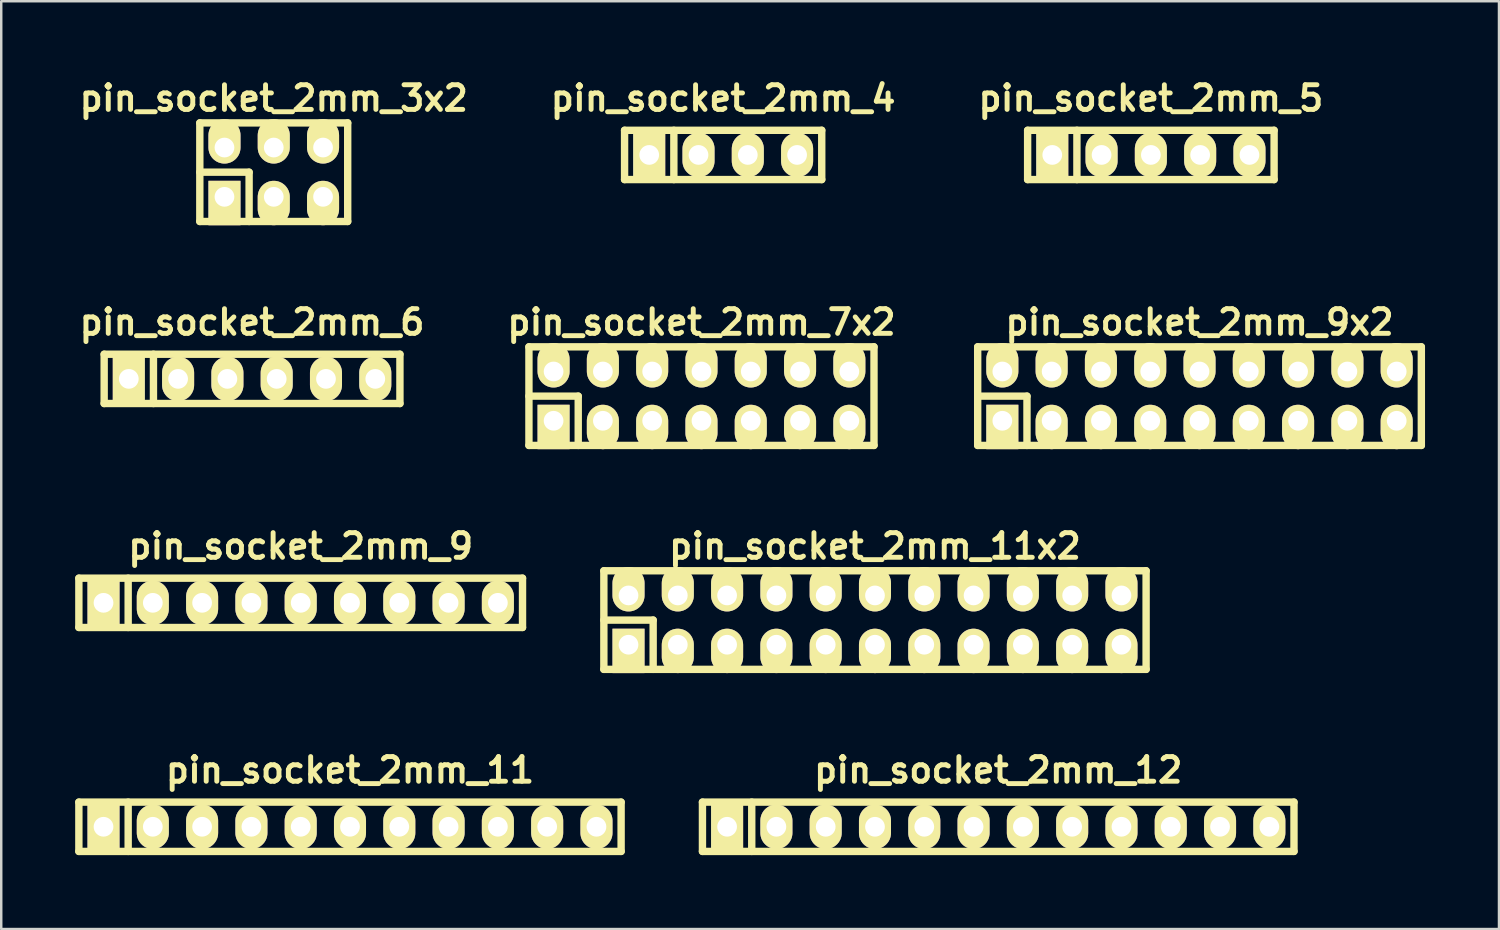
<source format=kicad_pcb>
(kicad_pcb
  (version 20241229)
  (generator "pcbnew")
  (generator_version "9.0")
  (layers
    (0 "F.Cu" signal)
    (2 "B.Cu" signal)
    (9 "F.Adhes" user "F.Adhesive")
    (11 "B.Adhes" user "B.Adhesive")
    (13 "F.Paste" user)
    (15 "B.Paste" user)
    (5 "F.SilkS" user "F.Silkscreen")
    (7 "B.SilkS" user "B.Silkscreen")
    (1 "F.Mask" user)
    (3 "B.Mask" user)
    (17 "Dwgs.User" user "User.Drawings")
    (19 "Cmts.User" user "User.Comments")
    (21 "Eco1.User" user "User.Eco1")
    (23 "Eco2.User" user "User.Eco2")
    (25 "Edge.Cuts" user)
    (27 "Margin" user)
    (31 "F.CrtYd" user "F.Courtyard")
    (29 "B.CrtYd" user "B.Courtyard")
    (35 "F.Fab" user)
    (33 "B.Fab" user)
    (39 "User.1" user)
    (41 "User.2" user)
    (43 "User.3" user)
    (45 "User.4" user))
  (footprint "pin_socket_2mm_5"
    (layer "F.Cu")
    (at 43.643 3.236)
    (property "Reference" "pin_socket_2mm_5" (at 0 -2.3 0) (layer "F.SilkS") (effects (font (size 1 1) (thickness 0.2))))
    (attr through_hole)
    (fp_line (start -5 -1) (end 5 -1) (stroke (width 0.3) (type solid)) (layer "F.SilkS"))
    (fp_line (start -5 1) (end -5 -1) (stroke (width 0.3) (type solid)) (layer "F.SilkS"))
    (fp_line (start -3 -1) (end -3 1) (stroke (width 0.3) (type solid)) (layer "F.SilkS"))
    (fp_line (start 5 -1) (end 5 1) (stroke (width 0.3) (type solid)) (layer "F.SilkS"))
    (fp_line (start 5 1) (end -5 1) (stroke (width 0.3) (type solid)) (layer "F.SilkS"))
    (pad "1" thru_hole rect (at -4 0) (size 1.3 1.8) (drill 0.8) (layers "*.Cu" "*.Mask" "F.SilkS"))
    (pad "2" thru_hole oval (at -2 0) (size 1.3 1.8) (drill 0.8) (layers "*.Cu" "*.Mask" "F.SilkS"))
    (pad "3" thru_hole oval (at 0 0) (size 1.3 1.8) (drill 0.8) (layers "*.Cu" "*.Mask" "F.SilkS"))
    (pad "4" thru_hole oval (at 2 0) (size 1.3 1.8) (drill 0.8) (layers "*.Cu" "*.Mask" "F.SilkS"))
    (pad "5" thru_hole oval (at 4 0) (size 1.3 1.8) (drill 0.8) (layers "*.Cu" "*.Mask" "F.SilkS")))
  (footprint "pin_socket_2mm_7x2"
    (layer "F.Cu")
    (at 25.41 13.022)
    (property "Reference" "pin_socket_2mm_7x2" (at 0 -3 0) (layer "F.SilkS") (effects (font (size 1 1) (thickness 0.2))))
    (attr through_hole)
    (fp_line (start -7 -2) (end 7 -2) (stroke (width 0.3) (type solid)) (layer "F.SilkS"))
    (fp_line (start -7 0) (end -5 0) (stroke (width 0.3) (type solid)) (layer "F.SilkS"))
    (fp_line (start -7 2) (end -7 -2) (stroke (width 0.3) (type solid)) (layer "F.SilkS"))
    (fp_line (start -5 0) (end -5 2) (stroke (width 0.3) (type solid)) (layer "F.SilkS"))
    (fp_line (start 7 -2) (end 7 2) (stroke (width 0.3) (type solid)) (layer "F.SilkS"))
    (fp_line (start 7 2) (end -7 2) (stroke (width 0.3) (type solid)) (layer "F.SilkS"))
    (pad "1" thru_hole rect (at -6 1) (size 1.3 1.8) (drill 0.8 (offset 0 0.25)) (layers "*.Cu" "*.Mask" "F.SilkS"))
    (pad "2" thru_hole oval (at -6 -1) (size 1.3 1.8) (drill 0.8 (offset 0 -0.25)) (layers "*.Cu" "*.Mask" "F.SilkS"))
    (pad "3" thru_hole oval (at -4 1) (size 1.3 1.8) (drill 0.8 (offset 0 0.25)) (layers "*.Cu" "*.Mask" "F.SilkS"))
    (pad "4" thru_hole oval (at -4 -1) (size 1.3 1.8) (drill 0.8 (offset 0 -0.25)) (layers "*.Cu" "*.Mask" "F.SilkS"))
    (pad "5" thru_hole oval (at -2 1) (size 1.3 1.8) (drill 0.8 (offset 0 0.25)) (layers "*.Cu" "*.Mask" "F.SilkS"))
    (pad "6" thru_hole oval (at -2 -1) (size 1.3 1.8) (drill 0.8 (offset 0 -0.25)) (layers "*.Cu" "*.Mask" "F.SilkS"))
    (pad "7" thru_hole oval (at 0 1) (size 1.3 1.8) (drill 0.8 (offset 0 0.25)) (layers "*.Cu" "*.Mask" "F.SilkS"))
    (pad "8" thru_hole oval (at 0 -1) (size 1.3 1.8) (drill 0.8 (offset 0 -0.25)) (layers "*.Cu" "*.Mask" "F.SilkS"))
    (pad "9" thru_hole oval (at 2 1) (size 1.3 1.8) (drill 0.8 (offset 0 0.25)) (layers "*.Cu" "*.Mask" "F.SilkS"))
    (pad "10" thru_hole oval (at 2 -1) (size 1.3 1.8) (drill 0.8 (offset 0 -0.25)) (layers "*.Cu" "*.Mask" "F.SilkS"))
    (pad "11" thru_hole oval (at 4 1) (size 1.3 1.8) (drill 0.8 (offset 0 0.25)) (layers "*.Cu" "*.Mask" "F.SilkS"))
    (pad "12" thru_hole oval (at 4 -1) (size 1.3 1.8) (drill 0.8 (offset 0 -0.25)) (layers "*.Cu" "*.Mask" "F.SilkS"))
    (pad "13" thru_hole oval (at 6 1) (size 1.3 1.8) (drill 0.8 (offset 0 0.25)) (layers "*.Cu" "*.Mask" "F.SilkS"))
    (pad "14" thru_hole oval (at 6 -1) (size 1.3 1.8) (drill 0.8 (offset 0 -0.25)) (layers "*.Cu" "*.Mask" "F.SilkS")))
  (footprint "pin_socket_2mm_4"
    (layer "F.Cu")
    (at 26.29 3.236)
    (property "Reference" "pin_socket_2mm_4" (at 0 -2.3 0) (layer "F.SilkS") (effects (font (size 1 1) (thickness 0.2))))
    (attr through_hole)
    (fp_line (start -4 -1) (end 4 -1) (stroke (width 0.3) (type solid)) (layer "F.SilkS"))
    (fp_line (start -4 1) (end -4 -1) (stroke (width 0.3) (type solid)) (layer "F.SilkS"))
    (fp_line (start -2 -1) (end -2 1) (stroke (width 0.3) (type solid)) (layer "F.SilkS"))
    (fp_line (start 4 -1) (end 4 1) (stroke (width 0.3) (type solid)) (layer "F.SilkS"))
    (fp_line (start 4 1) (end -4 1) (stroke (width 0.3) (type solid)) (layer "F.SilkS"))
    (pad "1" thru_hole rect (at -3 0) (size 1.3 1.8) (drill 0.8) (layers "*.Cu" "*.Mask" "F.SilkS"))
    (pad "2" thru_hole oval (at -1 0) (size 1.3 1.8) (drill 0.8) (layers "*.Cu" "*.Mask" "F.SilkS"))
    (pad "3" thru_hole oval (at 1 0) (size 1.3 1.8) (drill 0.8) (layers "*.Cu" "*.Mask" "F.SilkS"))
    (pad "4" thru_hole oval (at 3 0) (size 1.3 1.8) (drill 0.8) (layers "*.Cu" "*.Mask" "F.SilkS")))
  (footprint "pin_socket_2mm_12"
    (layer "F.Cu")
    (at 37.45 30.494)
    (property "Reference" "pin_socket_2mm_12" (at 0 -2.3 0) (layer "F.SilkS") (effects (font (size 1 1) (thickness 0.2))))
    (attr through_hole)
    (fp_line (start -12 -1) (end 12 -1) (stroke (width 0.3) (type solid)) (layer "F.SilkS"))
    (fp_line (start -12 1) (end -12 -1) (stroke (width 0.3) (type solid)) (layer "F.SilkS"))
    (fp_line (start -10 -1) (end -10 1) (stroke (width 0.3) (type solid)) (layer "F.SilkS"))
    (fp_line (start 12 -1) (end 12 1) (stroke (width 0.3) (type solid)) (layer "F.SilkS"))
    (fp_line (start 12 1) (end -12 1) (stroke (width 0.3) (type solid)) (layer "F.SilkS"))
    (pad "1" thru_hole rect (at -11 0) (size 1.3 1.8) (drill 0.8) (layers "*.Cu" "*.Mask" "F.SilkS"))
    (pad "2" thru_hole oval (at -9 0) (size 1.3 1.8) (drill 0.8) (layers "*.Cu" "*.Mask" "F.SilkS"))
    (pad "3" thru_hole oval (at -7 0) (size 1.3 1.8) (drill 0.8) (layers "*.Cu" "*.Mask" "F.SilkS"))
    (pad "4" thru_hole oval (at -5 0) (size 1.3 1.8) (drill 0.8) (layers "*.Cu" "*.Mask" "F.SilkS"))
    (pad "5" thru_hole oval (at -3 0) (size 1.3 1.8) (drill 0.8) (layers "*.Cu" "*.Mask" "F.SilkS"))
    (pad "6" thru_hole oval (at -1 0) (size 1.3 1.8) (drill 0.8) (layers "*.Cu" "*.Mask" "F.SilkS"))
    (pad "7" thru_hole oval (at 1 0) (size 1.3 1.8) (drill 0.8) (layers "*.Cu" "*.Mask" "F.SilkS"))
    (pad "8" thru_hole oval (at 3 0) (size 1.3 1.8) (drill 0.8) (layers "*.Cu" "*.Mask" "F.SilkS"))
    (pad "9" thru_hole oval (at 5 0) (size 1.3 1.8) (drill 0.8) (layers "*.Cu" "*.Mask" "F.SilkS"))
    (pad "10" thru_hole oval (at 7 0) (size 1.3 1.8) (drill 0.8) (layers "*.Cu" "*.Mask" "F.SilkS"))
    (pad "11" thru_hole oval (at 9 0) (size 1.3 1.8) (drill 0.8) (layers "*.Cu" "*.Mask" "F.SilkS"))
    (pad "12" thru_hole oval (at 11 0) (size 1.3 1.8) (drill 0.8) (layers "*.Cu" "*.Mask" "F.SilkS")))
  (footprint "pin_socket_2mm_11"
    (layer "F.Cu")
    (at 11.15 30.494)
    (property "Reference" "pin_socket_2mm_11" (at 0 -2.3 0) (layer "F.SilkS") (effects (font (size 1 1) (thickness 0.2))))
    (attr through_hole)
    (fp_line (start -11 -1) (end 11 -1) (stroke (width 0.3) (type solid)) (layer "F.SilkS"))
    (fp_line (start -11 1) (end -11 -1) (stroke (width 0.3) (type solid)) (layer "F.SilkS"))
    (fp_line (start -9 -1) (end -9 1) (stroke (width 0.3) (type solid)) (layer "F.SilkS"))
    (fp_line (start 11 -1) (end 11 1) (stroke (width 0.3) (type solid)) (layer "F.SilkS"))
    (fp_line (start 11 1) (end -11 1) (stroke (width 0.3) (type solid)) (layer "F.SilkS"))
    (pad "1" thru_hole rect (at -10 0) (size 1.3 1.8) (drill 0.8) (layers "*.Cu" "*.Mask" "F.SilkS"))
    (pad "2" thru_hole oval (at -8 0) (size 1.3 1.8) (drill 0.8) (layers "*.Cu" "*.Mask" "F.SilkS"))
    (pad "3" thru_hole oval (at -6 0) (size 1.3 1.8) (drill 0.8) (layers "*.Cu" "*.Mask" "F.SilkS"))
    (pad "4" thru_hole oval (at -4 0) (size 1.3 1.8) (drill 0.8) (layers "*.Cu" "*.Mask" "F.SilkS"))
    (pad "5" thru_hole oval (at -2 0) (size 1.3 1.8) (drill 0.8) (layers "*.Cu" "*.Mask" "F.SilkS"))
    (pad "6" thru_hole oval (at 0 0) (size 1.3 1.8) (drill 0.8) (layers "*.Cu" "*.Mask" "F.SilkS"))
    (pad "7" thru_hole oval (at 2 0) (size 1.3 1.8) (drill 0.8) (layers "*.Cu" "*.Mask" "F.SilkS"))
    (pad "8" thru_hole oval (at 4 0) (size 1.3 1.8) (drill 0.8) (layers "*.Cu" "*.Mask" "F.SilkS"))
    (pad "9" thru_hole oval (at 6 0) (size 1.3 1.8) (drill 0.8) (layers "*.Cu" "*.Mask" "F.SilkS"))
    (pad "10" thru_hole oval (at 8 0) (size 1.3 1.8) (drill 0.8) (layers "*.Cu" "*.Mask" "F.SilkS"))
    (pad "11" thru_hole oval (at 10 0) (size 1.3 1.8) (drill 0.8) (layers "*.Cu" "*.Mask" "F.SilkS")))
  (footprint "pin_socket_2mm_3x2"
    (layer "F.Cu")
    (at 8.057 3.936)
    (property "Reference" "pin_socket_2mm_3x2" (at 0 -3 0) (layer "F.SilkS") (effects (font (size 1 1) (thickness 0.2))))
    (attr through_hole)
    (fp_line (start -3 -2) (end 3 -2) (stroke (width 0.3) (type solid)) (layer "F.SilkS"))
    (fp_line (start -3 0) (end -1 0) (stroke (width 0.3) (type solid)) (layer "F.SilkS"))
    (fp_line (start -3 2) (end -3 -2) (stroke (width 0.3) (type solid)) (layer "F.SilkS"))
    (fp_line (start -1 0) (end -1 2) (stroke (width 0.3) (type solid)) (layer "F.SilkS"))
    (fp_line (start 3 -2) (end 3 2) (stroke (width 0.3) (type solid)) (layer "F.SilkS"))
    (fp_line (start 3 2) (end -3 2) (stroke (width 0.3) (type solid)) (layer "F.SilkS"))
    (pad "1" thru_hole rect (at -2 1) (size 1.3 1.8) (drill 0.8 (offset 0 0.25)) (layers "*.Cu" "*.Mask" "F.SilkS"))
    (pad "2" thru_hole oval (at -2 -1) (size 1.3 1.8) (drill 0.8 (offset 0 -0.25)) (layers "*.Cu" "*.Mask" "F.SilkS"))
    (pad "3" thru_hole oval (at 0 1) (size 1.3 1.8) (drill 0.8 (offset 0 0.25)) (layers "*.Cu" "*.Mask" "F.SilkS"))
    (pad "4" thru_hole oval (at 0 -1) (size 1.3 1.8) (drill 0.8 (offset 0 -0.25)) (layers "*.Cu" "*.Mask" "F.SilkS"))
    (pad "5" thru_hole oval (at 2 1) (size 1.3 1.8) (drill 0.8 (offset 0 0.25)) (layers "*.Cu" "*.Mask" "F.SilkS"))
    (pad "6" thru_hole oval (at 2 -1) (size 1.3 1.8) (drill 0.8 (offset 0 -0.25)) (layers "*.Cu" "*.Mask" "F.SilkS")))
  (footprint "pin_socket_2mm_6"
    (layer "F.Cu")
    (at 7.176 12.322)
    (property "Reference" "pin_socket_2mm_6" (at 0 -2.3 0) (layer "F.SilkS") (effects (font (size 1 1) (thickness 0.2))))
    (attr through_hole)
    (fp_line (start -6 -1) (end 6 -1) (stroke (width 0.3) (type solid)) (layer "F.SilkS"))
    (fp_line (start -6 1) (end -6 -1) (stroke (width 0.3) (type solid)) (layer "F.SilkS"))
    (fp_line (start -4 -1) (end -4 1) (stroke (width 0.3) (type solid)) (layer "F.SilkS"))
    (fp_line (start 6 -1) (end 6 1) (stroke (width 0.3) (type solid)) (layer "F.SilkS"))
    (fp_line (start 6 1) (end -6 1) (stroke (width 0.3) (type solid)) (layer "F.SilkS"))
    (pad "1" thru_hole rect (at -5 0) (size 1.3 1.8) (drill 0.8) (layers "*.Cu" "*.Mask" "F.SilkS"))
    (pad "2" thru_hole oval (at -3 0) (size 1.3 1.8) (drill 0.8) (layers "*.Cu" "*.Mask" "F.SilkS"))
    (pad "3" thru_hole oval (at -1 0) (size 1.3 1.8) (drill 0.8) (layers "*.Cu" "*.Mask" "F.SilkS"))
    (pad "4" thru_hole oval (at 1 0) (size 1.3 1.8) (drill 0.8) (layers "*.Cu" "*.Mask" "F.SilkS"))
    (pad "5" thru_hole oval (at 3 0) (size 1.3 1.8) (drill 0.8) (layers "*.Cu" "*.Mask" "F.SilkS"))
    (pad "6" thru_hole oval (at 5 0) (size 1.3 1.8) (drill 0.8) (layers "*.Cu" "*.Mask" "F.SilkS")))
  (footprint "pin_socket_2mm_9"
    (layer "F.Cu")
    (at 9.15 21.408)
    (property "Reference" "pin_socket_2mm_9" (at 0 -2.3 0) (layer "F.SilkS") (effects (font (size 1 1) (thickness 0.2))))
    (attr through_hole)
    (fp_line (start -9 -1) (end 9 -1) (stroke (width 0.3) (type solid)) (layer "F.SilkS"))
    (fp_line (start -9 1) (end -9 -1) (stroke (width 0.3) (type solid)) (layer "F.SilkS"))
    (fp_line (start -7 -1) (end -7 1) (stroke (width 0.3) (type solid)) (layer "F.SilkS"))
    (fp_line (start 9 -1) (end 9 1) (stroke (width 0.3) (type solid)) (layer "F.SilkS"))
    (fp_line (start 9 1) (end -9 1) (stroke (width 0.3) (type solid)) (layer "F.SilkS"))
    (pad "1" thru_hole rect (at -8 0) (size 1.3 1.8) (drill 0.8) (layers "*.Cu" "*.Mask" "F.SilkS"))
    (pad "2" thru_hole oval (at -6 0) (size 1.3 1.8) (drill 0.8) (layers "*.Cu" "*.Mask" "F.SilkS"))
    (pad "3" thru_hole oval (at -4 0) (size 1.3 1.8) (drill 0.8) (layers "*.Cu" "*.Mask" "F.SilkS"))
    (pad "4" thru_hole oval (at -2 0) (size 1.3 1.8) (drill 0.8) (layers "*.Cu" "*.Mask" "F.SilkS"))
    (pad "5" thru_hole oval (at 0 0) (size 1.3 1.8) (drill 0.8) (layers "*.Cu" "*.Mask" "F.SilkS"))
    (pad "6" thru_hole oval (at 2 0) (size 1.3 1.8) (drill 0.8) (layers "*.Cu" "*.Mask" "F.SilkS"))
    (pad "7" thru_hole oval (at 4 0) (size 1.3 1.8) (drill 0.8) (layers "*.Cu" "*.Mask" "F.SilkS"))
    (pad "8" thru_hole oval (at 6 0) (size 1.3 1.8) (drill 0.8) (layers "*.Cu" "*.Mask" "F.SilkS"))
    (pad "9" thru_hole oval (at 8 0) (size 1.3 1.8) (drill 0.8) (layers "*.Cu" "*.Mask" "F.SilkS")))
  (footprint "pin_socket_2mm_11x2"
    (layer "F.Cu")
    (at 32.45 22.108)
    (property "Reference" "pin_socket_2mm_11x2" (at 0 -3 0) (layer "F.SilkS") (effects (font (size 1 1) (thickness 0.2))))
    (attr through_hole)
    (fp_line (start -11 -2) (end 11 -2) (stroke (width 0.3) (type solid)) (layer "F.SilkS"))
    (fp_line (start -11 0) (end -9 0) (stroke (width 0.3) (type solid)) (layer "F.SilkS"))
    (fp_line (start -11 2) (end -11 -2) (stroke (width 0.3) (type solid)) (layer "F.SilkS"))
    (fp_line (start -9 0) (end -9 2) (stroke (width 0.3) (type solid)) (layer "F.SilkS"))
    (fp_line (start 11 -2) (end 11 2) (stroke (width 0.3) (type solid)) (layer "F.SilkS"))
    (fp_line (start 11 2) (end -11 2) (stroke (width 0.3) (type solid)) (layer "F.SilkS"))
    (pad "1" thru_hole rect (at -10 1) (size 1.3 1.8) (drill 0.8 (offset 0 0.25)) (layers "*.Cu" "*.Mask" "F.SilkS"))
    (pad "2" thru_hole oval (at -10 -1) (size 1.3 1.8) (drill 0.8 (offset 0 -0.25)) (layers "*.Cu" "*.Mask" "F.SilkS"))
    (pad "3" thru_hole oval (at -8 1) (size 1.3 1.8) (drill 0.8 (offset 0 0.25)) (layers "*.Cu" "*.Mask" "F.SilkS"))
    (pad "4" thru_hole oval (at -8 -1) (size 1.3 1.8) (drill 0.8 (offset 0 -0.25)) (layers "*.Cu" "*.Mask" "F.SilkS"))
    (pad "5" thru_hole oval (at -6 1) (size 1.3 1.8) (drill 0.8 (offset 0 0.25)) (layers "*.Cu" "*.Mask" "F.SilkS"))
    (pad "6" thru_hole oval (at -6 -1) (size 1.3 1.8) (drill 0.8 (offset 0 -0.25)) (layers "*.Cu" "*.Mask" "F.SilkS"))
    (pad "7" thru_hole oval (at -4 1) (size 1.3 1.8) (drill 0.8 (offset 0 0.25)) (layers "*.Cu" "*.Mask" "F.SilkS"))
    (pad "8" thru_hole oval (at -4 -1) (size 1.3 1.8) (drill 0.8 (offset 0 -0.25)) (layers "*.Cu" "*.Mask" "F.SilkS"))
    (pad "9" thru_hole oval (at -2 1) (size 1.3 1.8) (drill 0.8 (offset 0 0.25)) (layers "*.Cu" "*.Mask" "F.SilkS"))
    (pad "10" thru_hole oval (at -2 -1) (size 1.3 1.8) (drill 0.8 (offset 0 -0.25)) (layers "*.Cu" "*.Mask" "F.SilkS"))
    (pad "11" thru_hole oval (at 0 1) (size 1.3 1.8) (drill 0.8 (offset 0 0.25)) (layers "*.Cu" "*.Mask" "F.SilkS"))
    (pad "12" thru_hole oval (at 0 -1) (size 1.3 1.8) (drill 0.8 (offset 0 -0.25)) (layers "*.Cu" "*.Mask" "F.SilkS"))
    (pad "13" thru_hole oval (at 2 1) (size 1.3 1.8) (drill 0.8 (offset 0 0.25)) (layers "*.Cu" "*.Mask" "F.SilkS"))
    (pad "14" thru_hole oval (at 2 -1) (size 1.3 1.8) (drill 0.8 (offset 0 -0.25)) (layers "*.Cu" "*.Mask" "F.SilkS"))
    (pad "15" thru_hole oval (at 4 1) (size 1.3 1.8) (drill 0.8 (offset 0 0.25)) (layers "*.Cu" "*.Mask" "F.SilkS"))
    (pad "16" thru_hole oval (at 4 -1) (size 1.3 1.8) (drill 0.8 (offset 0 -0.25)) (layers "*.Cu" "*.Mask" "F.SilkS"))
    (pad "17" thru_hole oval (at 6 1) (size 1.3 1.8) (drill 0.8 (offset 0 0.25)) (layers "*.Cu" "*.Mask" "F.SilkS"))
    (pad "18" thru_hole oval (at 6 -1) (size 1.3 1.8) (drill 0.8 (offset 0 -0.25)) (layers "*.Cu" "*.Mask" "F.SilkS"))
    (pad "19" thru_hole oval (at 8 1) (size 1.3 1.8) (drill 0.8 (offset 0 0.25)) (layers "*.Cu" "*.Mask" "F.SilkS"))
    (pad "20" thru_hole oval (at 8 -1) (size 1.3 1.8) (drill 0.8 (offset 0 -0.25)) (layers "*.Cu" "*.Mask" "F.SilkS"))
    (pad "21" thru_hole oval (at 10 1) (size 1.3 1.8) (drill 0.8 (offset 0 0.25)) (layers "*.Cu" "*.Mask" "F.SilkS"))
    (pad "22" thru_hole oval (at 10 -1) (size 1.3 1.8) (drill 0.8 (offset 0 -0.25)) (layers "*.Cu" "*.Mask" "F.SilkS")))
  (footprint "pin_socket_2mm_9x2"
    (layer "F.Cu")
    (at 45.617 13.022)
    (property "Reference" "pin_socket_2mm_9x2" (at 0 -3 0) (layer "F.SilkS") (effects (font (size 1 1) (thickness 0.2))))
    (attr through_hole)
    (fp_line (start -9 -2) (end 9 -2) (stroke (width 0.3) (type solid)) (layer "F.SilkS"))
    (fp_line (start -9 0) (end -7 0) (stroke (width 0.3) (type solid)) (layer "F.SilkS"))
    (fp_line (start -9 2) (end -9 -2) (stroke (width 0.3) (type solid)) (layer "F.SilkS"))
    (fp_line (start -7 0) (end -7 2) (stroke (width 0.3) (type solid)) (layer "F.SilkS"))
    (fp_line (start 9 -2) (end 9 2) (stroke (width 0.3) (type solid)) (layer "F.SilkS"))
    (fp_line (start 9 2) (end -9 2) (stroke (width 0.3) (type solid)) (layer "F.SilkS"))
    (pad "1" thru_hole rect (at -8 1) (size 1.3 1.8) (drill 0.8 (offset 0 0.25)) (layers "*.Cu" "*.Mask" "F.SilkS"))
    (pad "2" thru_hole oval (at -8 -1) (size 1.3 1.8) (drill 0.8 (offset 0 -0.25)) (layers "*.Cu" "*.Mask" "F.SilkS"))
    (pad "3" thru_hole oval (at -6 1) (size 1.3 1.8) (drill 0.8 (offset 0 0.25)) (layers "*.Cu" "*.Mask" "F.SilkS"))
    (pad "4" thru_hole oval (at -6 -1) (size 1.3 1.8) (drill 0.8 (offset 0 -0.25)) (layers "*.Cu" "*.Mask" "F.SilkS"))
    (pad "5" thru_hole oval (at -4 1) (size 1.3 1.8) (drill 0.8 (offset 0 0.25)) (layers "*.Cu" "*.Mask" "F.SilkS"))
    (pad "6" thru_hole oval (at -4 -1) (size 1.3 1.8) (drill 0.8 (offset 0 -0.25)) (layers "*.Cu" "*.Mask" "F.SilkS"))
    (pad "7" thru_hole oval (at -2 1) (size 1.3 1.8) (drill 0.8 (offset 0 0.25)) (layers "*.Cu" "*.Mask" "F.SilkS"))
    (pad "8" thru_hole oval (at -2 -1) (size 1.3 1.8) (drill 0.8 (offset 0 -0.25)) (layers "*.Cu" "*.Mask" "F.SilkS"))
    (pad "9" thru_hole oval (at 0 1) (size 1.3 1.8) (drill 0.8 (offset 0 0.25)) (layers "*.Cu" "*.Mask" "F.SilkS"))
    (pad "10" thru_hole oval (at 0 -1) (size 1.3 1.8) (drill 0.8 (offset 0 -0.25)) (layers "*.Cu" "*.Mask" "F.SilkS"))
    (pad "11" thru_hole oval (at 2 1) (size 1.3 1.8) (drill 0.8 (offset 0 0.25)) (layers "*.Cu" "*.Mask" "F.SilkS"))
    (pad "12" thru_hole oval (at 2 -1) (size 1.3 1.8) (drill 0.8 (offset 0 -0.25)) (layers "*.Cu" "*.Mask" "F.SilkS"))
    (pad "13" thru_hole oval (at 4 1) (size 1.3 1.8) (drill 0.8 (offset 0 0.25)) (layers "*.Cu" "*.Mask" "F.SilkS"))
    (pad "14" thru_hole oval (at 4 -1) (size 1.3 1.8) (drill 0.8 (offset 0 -0.25)) (layers "*.Cu" "*.Mask" "F.SilkS"))
    (pad "15" thru_hole oval (at 6 1) (size 1.3 1.8) (drill 0.8 (offset 0 0.25)) (layers "*.Cu" "*.Mask" "F.SilkS"))
    (pad "16" thru_hole oval (at 6 -1) (size 1.3 1.8) (drill 0.8 (offset 0 -0.25)) (layers "*.Cu" "*.Mask" "F.SilkS"))
    (pad "17" thru_hole oval (at 8 1) (size 1.3 1.8) (drill 0.8 (offset 0 0.25)) (layers "*.Cu" "*.Mask" "F.SilkS"))
    (pad "18" thru_hole oval (at 8 -1) (size 1.3 1.8) (drill 0.8 (offset 0 -0.25)) (layers "*.Cu" "*.Mask" "F.SilkS")))
  (gr_rect
    (start -3 -3)
    (end 57.767 34.644)
    (stroke (width 0.1) (type default))
    (fill no)
    (layer "Edge.Cuts")))
</source>
